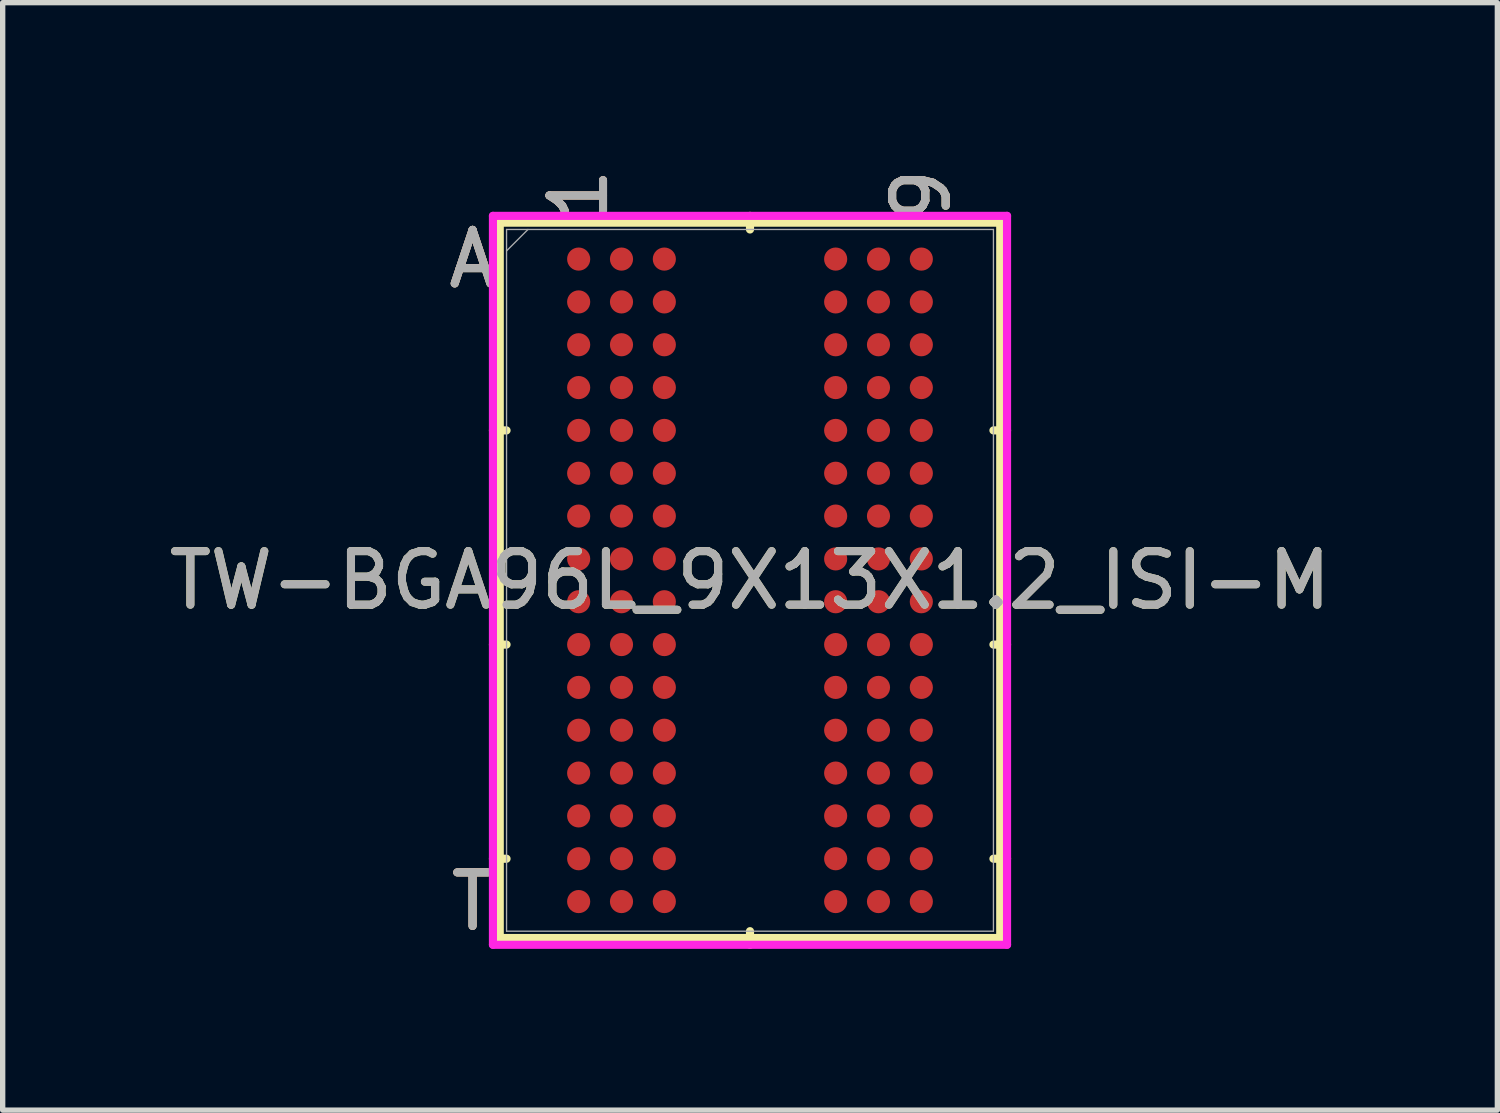
<source format=kicad_pcb>
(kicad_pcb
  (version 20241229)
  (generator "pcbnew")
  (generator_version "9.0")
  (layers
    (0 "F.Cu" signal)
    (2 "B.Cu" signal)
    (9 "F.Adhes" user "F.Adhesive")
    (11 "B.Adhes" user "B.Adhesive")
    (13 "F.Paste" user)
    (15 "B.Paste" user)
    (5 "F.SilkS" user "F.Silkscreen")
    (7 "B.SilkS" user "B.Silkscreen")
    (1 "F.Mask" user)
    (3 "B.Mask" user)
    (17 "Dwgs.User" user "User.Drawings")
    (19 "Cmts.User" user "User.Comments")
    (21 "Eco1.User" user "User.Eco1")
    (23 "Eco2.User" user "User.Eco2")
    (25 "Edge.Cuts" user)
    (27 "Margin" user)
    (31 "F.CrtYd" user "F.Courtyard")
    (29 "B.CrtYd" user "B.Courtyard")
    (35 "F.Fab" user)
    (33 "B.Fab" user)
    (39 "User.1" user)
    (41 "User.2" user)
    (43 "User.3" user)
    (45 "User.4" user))
  (footprint "TW-BGA96L_9X13X1.2_ISI-M"
    (layer "F.Cu")
    (at 10.958 7.789)
    (property "Reference" "TW-BGA96L_9X13X1.2_ISI-M" (at 0 0 0) (unlocked yes) (layer "F.SilkS") (effects (font (size 1 1) (thickness 0.15))))
    (attr smd)
    (fp_line (start -4.674 -6.68) (end -4.674 6.68) (stroke (width 0.152) (type solid)) (layer "F.SilkS"))
    (fp_line (start -4.674 6.68) (end 4.674 6.68) (stroke (width 0.152) (type solid)) (layer "F.SilkS"))
    (fp_line (start -4.547 -2.8) (end -4.801 -2.8) (stroke (width 0.152) (type solid)) (layer "F.SilkS"))
    (fp_line (start -4.547 1.2) (end -4.801 1.2) (stroke (width 0.152) (type solid)) (layer "F.SilkS"))
    (fp_line (start -4.547 5.2) (end -4.801 5.2) (stroke (width 0.152) (type solid)) (layer "F.SilkS"))
    (fp_line (start 0 -6.553) (end 0 -6.807) (stroke (width 0.152) (type solid)) (layer "F.SilkS"))
    (fp_line (start 0 6.553) (end 0 6.807) (stroke (width 0.152) (type solid)) (layer "F.SilkS"))
    (fp_line (start 4.547 -2.8) (end 4.801 -2.8) (stroke (width 0.152) (type solid)) (layer "F.SilkS"))
    (fp_line (start 4.547 1.2) (end 4.801 1.2) (stroke (width 0.152) (type solid)) (layer "F.SilkS"))
    (fp_line (start 4.547 5.2) (end 4.801 5.2) (stroke (width 0.152) (type solid)) (layer "F.SilkS"))
    (fp_line (start 4.674 -6.68) (end -4.674 -6.68) (stroke (width 0.152) (type solid)) (layer "F.SilkS"))
    (fp_line (start 4.674 6.68) (end 4.674 -6.68) (stroke (width 0.152) (type solid)) (layer "F.SilkS"))
    (fp_poly (pts (xy -4.045 -6.844) (xy 4.045 -6.844) (xy 4.045 6.844) (xy -4.045 6.844)) (stroke (width 0.1) (type solid)) (fill no) (layer "Eco2.User"))
    (fp_line (start -4.801 -6.807) (end 4.801 -6.807) (stroke (width 0.152) (type solid)) (layer "F.CrtYd"))
    (fp_line (start -4.801 6.807) (end -4.801 -6.807) (stroke (width 0.152) (type solid)) (layer "F.CrtYd"))
    (fp_line (start 4.801 -6.807) (end 4.801 6.807) (stroke (width 0.152) (type solid)) (layer "F.CrtYd"))
    (fp_line (start 4.801 6.807) (end -4.801 6.807) (stroke (width 0.152) (type solid)) (layer "F.CrtYd"))
    (fp_line (start -4.547 -6.553) (end -4.547 6.553) (stroke (width 0.025) (type solid)) (layer "F.Fab"))
    (fp_line (start -4.547 6.553) (end 4.547 6.553) (stroke (width 0.025) (type solid)) (layer "F.Fab"))
    (fp_line (start -4.147 -6.553) (end -4.547 -6.153) (stroke (width 0.025) (type solid)) (layer "F.Fab"))
    (fp_line (start 4.547 -6.553) (end -4.547 -6.553) (stroke (width 0.025) (type solid)) (layer "F.Fab"))
    (fp_line (start 4.547 6.553) (end 4.547 -6.553) (stroke (width 0.025) (type solid)) (layer "F.Fab"))
    (fp_text user "1" (at -3.2 -7.188 90) (unlocked yes) (layer "F.SilkS") (effects (font (size 1 1) (thickness 0.15))))
    (fp_text user "A" (at -5.182 -6 0) (unlocked yes) (layer "F.SilkS") (effects (font (size 1 1) (thickness 0.15))))
    (fp_text user "T" (at -5.182 6 0) (unlocked yes) (layer "F.SilkS") (effects (font (size 1 1) (thickness 0.15))))
    (fp_text user "9" (at 3.2 -7.188 90) (unlocked yes) (layer "F.SilkS") (effects (font (size 1 1) (thickness 0.15))))
    (fp_text user "T" (at -5.182 6 0) (unlocked yes) (layer "B.SilkS") (effects (font (size 1 1) (thickness 0.15))))
    (fp_text user "9" (at 3.2 -7.188 90) (unlocked yes) (layer "B.SilkS") (effects (font (size 1 1) (thickness 0.15))))
    (fp_text user "1" (at -3.2 -7.188 90) (unlocked yes) (layer "B.SilkS") (effects (font (size 1 1) (thickness 0.15))))
    (fp_text user "A" (at -5.182 -6 0) (unlocked yes) (layer "B.SilkS") (effects (font (size 1 1) (thickness 0.15))))
    (fp_text user "9" (at 3.2 -7.188 90) (unlocked yes) (layer "F.Fab") (effects (font (size 1 1) (thickness 0.15))))
    (fp_text user "T" (at -5.182 6 0) (unlocked yes) (layer "F.Fab") (effects (font (size 1 1) (thickness 0.15))))
    (fp_text user "${REFERENCE}" (at 0 0 0) (unlocked yes) (layer "F.Fab") (effects (font (size 1 1) (thickness 0.15))))
    (fp_text user "1" (at -3.2 -7.188 90) (unlocked yes) (layer "F.Fab") (effects (font (size 1 1) (thickness 0.15))))
    (fp_text user "A" (at -5.182 -6 0) (unlocked yes) (layer "F.Fab") (effects (font (size 1 1) (thickness 0.15))))
    (pad "A1" smd circle (at -3.2 -6) (size 0.432 0.432) (layers "F.Cu" "F.Mask" "F.Paste"))
    (pad "A2" smd circle (at -2.4 -6) (size 0.432 0.432) (layers "F.Cu" "F.Mask" "F.Paste"))
    (pad "A3" smd circle (at -1.6 -6) (size 0.432 0.432) (layers "F.Cu" "F.Mask" "F.Paste"))
    (pad "A7" smd circle (at 1.6 -6) (size 0.432 0.432) (layers "F.Cu" "F.Mask" "F.Paste"))
    (pad "A8" smd circle (at 2.4 -6) (size 0.432 0.432) (layers "F.Cu" "F.Mask" "F.Paste"))
    (pad "A9" smd circle (at 3.2 -6) (size 0.432 0.432) (layers "F.Cu" "F.Mask" "F.Paste"))
    (pad "B1" smd circle (at -3.2 -5.2) (size 0.432 0.432) (layers "F.Cu" "F.Mask" "F.Paste"))
    (pad "B2" smd circle (at -2.4 -5.2) (size 0.432 0.432) (layers "F.Cu" "F.Mask" "F.Paste"))
    (pad "B3" smd circle (at -1.6 -5.2) (size 0.432 0.432) (layers "F.Cu" "F.Mask" "F.Paste"))
    (pad "B7" smd circle (at 1.6 -5.2) (size 0.432 0.432) (layers "F.Cu" "F.Mask" "F.Paste"))
    (pad "B8" smd circle (at 2.4 -5.2) (size 0.432 0.432) (layers "F.Cu" "F.Mask" "F.Paste"))
    (pad "B9" smd circle (at 3.2 -5.2) (size 0.432 0.432) (layers "F.Cu" "F.Mask" "F.Paste"))
    (pad "C1" smd circle (at -3.2 -4.4) (size 0.432 0.432) (layers "F.Cu" "F.Mask" "F.Paste"))
    (pad "C2" smd circle (at -2.4 -4.4) (size 0.432 0.432) (layers "F.Cu" "F.Mask" "F.Paste"))
    (pad "C3" smd circle (at -1.6 -4.4) (size 0.432 0.432) (layers "F.Cu" "F.Mask" "F.Paste"))
    (pad "C7" smd circle (at 1.6 -4.4) (size 0.432 0.432) (layers "F.Cu" "F.Mask" "F.Paste"))
    (pad "C8" smd circle (at 2.4 -4.4) (size 0.432 0.432) (layers "F.Cu" "F.Mask" "F.Paste"))
    (pad "C9" smd circle (at 3.2 -4.4) (size 0.432 0.432) (layers "F.Cu" "F.Mask" "F.Paste"))
    (pad "D1" smd circle (at -3.2 -3.6) (size 0.432 0.432) (layers "F.Cu" "F.Mask" "F.Paste"))
    (pad "D2" smd circle (at -2.4 -3.6) (size 0.432 0.432) (layers "F.Cu" "F.Mask" "F.Paste"))
    (pad "D3" smd circle (at -1.6 -3.6) (size 0.432 0.432) (layers "F.Cu" "F.Mask" "F.Paste"))
    (pad "D7" smd circle (at 1.6 -3.6) (size 0.432 0.432) (layers "F.Cu" "F.Mask" "F.Paste"))
    (pad "D8" smd circle (at 2.4 -3.6) (size 0.432 0.432) (layers "F.Cu" "F.Mask" "F.Paste"))
    (pad "D9" smd circle (at 3.2 -3.6) (size 0.432 0.432) (layers "F.Cu" "F.Mask" "F.Paste"))
    (pad "E1" smd circle (at -3.2 -2.8) (size 0.432 0.432) (layers "F.Cu" "F.Mask" "F.Paste"))
    (pad "E2" smd circle (at -2.4 -2.8) (size 0.432 0.432) (layers "F.Cu" "F.Mask" "F.Paste"))
    (pad "E3" smd circle (at -1.6 -2.8) (size 0.432 0.432) (layers "F.Cu" "F.Mask" "F.Paste"))
    (pad "E7" smd circle (at 1.6 -2.8) (size 0.432 0.432) (layers "F.Cu" "F.Mask" "F.Paste"))
    (pad "E8" smd circle (at 2.4 -2.8) (size 0.432 0.432) (layers "F.Cu" "F.Mask" "F.Paste"))
    (pad "E9" smd circle (at 3.2 -2.8) (size 0.432 0.432) (layers "F.Cu" "F.Mask" "F.Paste"))
    (pad "F1" smd circle (at -3.2 -2) (size 0.432 0.432) (layers "F.Cu" "F.Mask" "F.Paste"))
    (pad "F2" smd circle (at -2.4 -2) (size 0.432 0.432) (layers "F.Cu" "F.Mask" "F.Paste"))
    (pad "F3" smd circle (at -1.6 -2) (size 0.432 0.432) (layers "F.Cu" "F.Mask" "F.Paste"))
    (pad "F7" smd circle (at 1.6 -2) (size 0.432 0.432) (layers "F.Cu" "F.Mask" "F.Paste"))
    (pad "F8" smd circle (at 2.4 -2) (size 0.432 0.432) (layers "F.Cu" "F.Mask" "F.Paste"))
    (pad "F9" smd circle (at 3.2 -2) (size 0.432 0.432) (layers "F.Cu" "F.Mask" "F.Paste"))
    (pad "G1" smd circle (at -3.2 -1.2) (size 0.432 0.432) (layers "F.Cu" "F.Mask" "F.Paste"))
    (pad "G2" smd circle (at -2.4 -1.2) (size 0.432 0.432) (layers "F.Cu" "F.Mask" "F.Paste"))
    (pad "G3" smd circle (at -1.6 -1.2) (size 0.432 0.432) (layers "F.Cu" "F.Mask" "F.Paste"))
    (pad "G7" smd circle (at 1.6 -1.2) (size 0.432 0.432) (layers "F.Cu" "F.Mask" "F.Paste"))
    (pad "G8" smd circle (at 2.4 -1.2) (size 0.432 0.432) (layers "F.Cu" "F.Mask" "F.Paste"))
    (pad "G9" smd circle (at 3.2 -1.2) (size 0.432 0.432) (layers "F.Cu" "F.Mask" "F.Paste"))
    (pad "H1" smd circle (at -3.2 -0.4) (size 0.432 0.432) (layers "F.Cu" "F.Mask" "F.Paste"))
    (pad "H2" smd circle (at -2.4 -0.4) (size 0.432 0.432) (layers "F.Cu" "F.Mask" "F.Paste"))
    (pad "H3" smd circle (at -1.6 -0.4) (size 0.432 0.432) (layers "F.Cu" "F.Mask" "F.Paste"))
    (pad "H7" smd circle (at 1.6 -0.4) (size 0.432 0.432) (layers "F.Cu" "F.Mask" "F.Paste"))
    (pad "H8" smd circle (at 2.4 -0.4) (size 0.432 0.432) (layers "F.Cu" "F.Mask" "F.Paste"))
    (pad "H9" smd circle (at 3.2 -0.4) (size 0.432 0.432) (layers "F.Cu" "F.Mask" "F.Paste"))
    (pad "J1" smd circle (at -3.2 0.4) (size 0.432 0.432) (layers "F.Cu" "F.Mask" "F.Paste"))
    (pad "J2" smd circle (at -2.4 0.4) (size 0.432 0.432) (layers "F.Cu" "F.Mask" "F.Paste"))
    (pad "J3" smd circle (at -1.6 0.4) (size 0.432 0.432) (layers "F.Cu" "F.Mask" "F.Paste"))
    (pad "J7" smd circle (at 1.6 0.4) (size 0.432 0.432) (layers "F.Cu" "F.Mask" "F.Paste"))
    (pad "J8" smd circle (at 2.4 0.4) (size 0.432 0.432) (layers "F.Cu" "F.Mask" "F.Paste"))
    (pad "J9" smd circle (at 3.2 0.4) (size 0.432 0.432) (layers "F.Cu" "F.Mask" "F.Paste"))
    (pad "K1" smd circle (at -3.2 1.2) (size 0.432 0.432) (layers "F.Cu" "F.Mask" "F.Paste"))
    (pad "K2" smd circle (at -2.4 1.2) (size 0.432 0.432) (layers "F.Cu" "F.Mask" "F.Paste"))
    (pad "K3" smd circle (at -1.6 1.2) (size 0.432 0.432) (layers "F.Cu" "F.Mask" "F.Paste"))
    (pad "K7" smd circle (at 1.6 1.2) (size 0.432 0.432) (layers "F.Cu" "F.Mask" "F.Paste"))
    (pad "K8" smd circle (at 2.4 1.2) (size 0.432 0.432) (layers "F.Cu" "F.Mask" "F.Paste"))
    (pad "K9" smd circle (at 3.2 1.2) (size 0.432 0.432) (layers "F.Cu" "F.Mask" "F.Paste"))
    (pad "L1" smd circle (at -3.2 2) (size 0.432 0.432) (layers "F.Cu" "F.Mask" "F.Paste"))
    (pad "L2" smd circle (at -2.4 2) (size 0.432 0.432) (layers "F.Cu" "F.Mask" "F.Paste"))
    (pad "L3" smd circle (at -1.6 2) (size 0.432 0.432) (layers "F.Cu" "F.Mask" "F.Paste"))
    (pad "L7" smd circle (at 1.6 2) (size 0.432 0.432) (layers "F.Cu" "F.Mask" "F.Paste"))
    (pad "L8" smd circle (at 2.4 2) (size 0.432 0.432) (layers "F.Cu" "F.Mask" "F.Paste"))
    (pad "L9" smd circle (at 3.2 2) (size 0.432 0.432) (layers "F.Cu" "F.Mask" "F.Paste"))
    (pad "M1" smd circle (at -3.2 2.8) (size 0.432 0.432) (layers "F.Cu" "F.Mask" "F.Paste"))
    (pad "M2" smd circle (at -2.4 2.8) (size 0.432 0.432) (layers "F.Cu" "F.Mask" "F.Paste"))
    (pad "M3" smd circle (at -1.6 2.8) (size 0.432 0.432) (layers "F.Cu" "F.Mask" "F.Paste"))
    (pad "M7" smd circle (at 1.6 2.8) (size 0.432 0.432) (layers "F.Cu" "F.Mask" "F.Paste"))
    (pad "M8" smd circle (at 2.4 2.8) (size 0.432 0.432) (layers "F.Cu" "F.Mask" "F.Paste"))
    (pad "M9" smd circle (at 3.2 2.8) (size 0.432 0.432) (layers "F.Cu" "F.Mask" "F.Paste"))
    (pad "N1" smd circle (at -3.2 3.6) (size 0.432 0.432) (layers "F.Cu" "F.Mask" "F.Paste"))
    (pad "N2" smd circle (at -2.4 3.6) (size 0.432 0.432) (layers "F.Cu" "F.Mask" "F.Paste"))
    (pad "N3" smd circle (at -1.6 3.6) (size 0.432 0.432) (layers "F.Cu" "F.Mask" "F.Paste"))
    (pad "N7" smd circle (at 1.6 3.6) (size 0.432 0.432) (layers "F.Cu" "F.Mask" "F.Paste"))
    (pad "N8" smd circle (at 2.4 3.6) (size 0.432 0.432) (layers "F.Cu" "F.Mask" "F.Paste"))
    (pad "N9" smd circle (at 3.2 3.6) (size 0.432 0.432) (layers "F.Cu" "F.Mask" "F.Paste"))
    (pad "P1" smd circle (at -3.2 4.4) (size 0.432 0.432) (layers "F.Cu" "F.Mask" "F.Paste"))
    (pad "P2" smd circle (at -2.4 4.4) (size 0.432 0.432) (layers "F.Cu" "F.Mask" "F.Paste"))
    (pad "P3" smd circle (at -1.6 4.4) (size 0.432 0.432) (layers "F.Cu" "F.Mask" "F.Paste"))
    (pad "P7" smd circle (at 1.6 4.4) (size 0.432 0.432) (layers "F.Cu" "F.Mask" "F.Paste"))
    (pad "P8" smd circle (at 2.4 4.4) (size 0.432 0.432) (layers "F.Cu" "F.Mask" "F.Paste"))
    (pad "P9" smd circle (at 3.2 4.4) (size 0.432 0.432) (layers "F.Cu" "F.Mask" "F.Paste"))
    (pad "R1" smd circle (at -3.2 5.2) (size 0.432 0.432) (layers "F.Cu" "F.Mask" "F.Paste"))
    (pad "R2" smd circle (at -2.4 5.2) (size 0.432 0.432) (layers "F.Cu" "F.Mask" "F.Paste"))
    (pad "R3" smd circle (at -1.6 5.2) (size 0.432 0.432) (layers "F.Cu" "F.Mask" "F.Paste"))
    (pad "R7" smd circle (at 1.6 5.2) (size 0.432 0.432) (layers "F.Cu" "F.Mask" "F.Paste"))
    (pad "R8" smd circle (at 2.4 5.2) (size 0.432 0.432) (layers "F.Cu" "F.Mask" "F.Paste"))
    (pad "R9" smd circle (at 3.2 5.2) (size 0.432 0.432) (layers "F.Cu" "F.Mask" "F.Paste"))
    (pad "T1" smd circle (at -3.2 6) (size 0.432 0.432) (layers "F.Cu" "F.Mask" "F.Paste"))
    (pad "T2" smd circle (at -2.4 6) (size 0.432 0.432) (layers "F.Cu" "F.Mask" "F.Paste"))
    (pad "T3" smd circle (at -1.6 6) (size 0.432 0.432) (layers "F.Cu" "F.Mask" "F.Paste"))
    (pad "T7" smd circle (at 1.6 6) (size 0.432 0.432) (layers "F.Cu" "F.Mask" "F.Paste"))
    (pad "T8" smd circle (at 2.4 6) (size 0.432 0.432) (layers "F.Cu" "F.Mask" "F.Paste"))
    (pad "T9" smd circle (at 3.2 6) (size 0.432 0.432) (layers "F.Cu" "F.Mask" "F.Paste")))
  (gr_rect
    (start -3 -3)
    (end 24.917 17.684)
    (stroke (width 0.1) (type default))
    (fill no)
    (layer "Edge.Cuts")))
</source>
